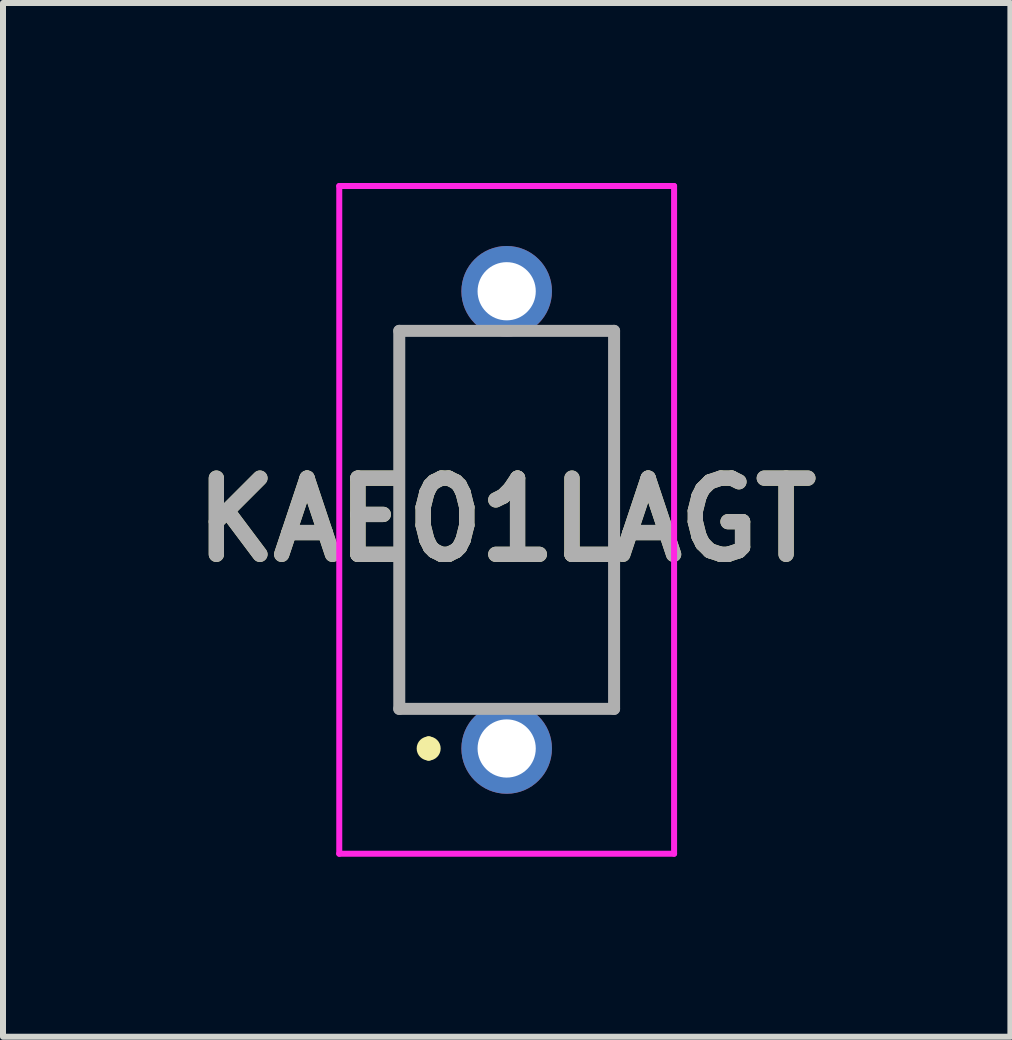
<source format=kicad_pcb>
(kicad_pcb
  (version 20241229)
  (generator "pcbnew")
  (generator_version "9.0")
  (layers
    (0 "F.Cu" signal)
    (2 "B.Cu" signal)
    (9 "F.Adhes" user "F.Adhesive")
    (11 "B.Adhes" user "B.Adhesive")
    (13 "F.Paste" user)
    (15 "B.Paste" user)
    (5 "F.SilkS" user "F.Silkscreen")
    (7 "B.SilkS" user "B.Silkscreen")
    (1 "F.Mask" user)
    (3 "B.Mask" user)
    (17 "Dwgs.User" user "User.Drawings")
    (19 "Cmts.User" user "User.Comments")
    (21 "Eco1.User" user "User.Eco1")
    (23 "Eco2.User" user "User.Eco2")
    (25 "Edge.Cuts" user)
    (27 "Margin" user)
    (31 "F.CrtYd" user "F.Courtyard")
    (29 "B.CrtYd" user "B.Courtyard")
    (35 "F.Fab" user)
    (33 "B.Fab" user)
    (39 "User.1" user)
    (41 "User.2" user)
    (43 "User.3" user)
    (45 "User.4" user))
  (footprint "KAE01LAGT"
    (layer "F.Cu")
    (at 5.394 9.424)
    (property "Reference" "KAE01LAGT" (at 0 -3.81 0) (layer "F.SilkS") (effects (font (size 1.27 1.27) (thickness 0.254))))
    (attr through_hole)
    (fp_line (start -1.79 -6.96) (end -1.79 -0.66) (stroke (width 0.1) (type solid)) (layer "F.SilkS"))
    (fp_line (start -1.79 -0.66) (end -1.5 -0.66) (stroke (width 0.1) (type solid)) (layer "F.SilkS"))
    (fp_line (start -1.5 -6.96) (end -1.79 -6.96) (stroke (width 0.1) (type solid)) (layer "F.SilkS"))
    (fp_line (start -1.3 -0.1) (end -1.3 -0.1) (stroke (width 0.2) (type solid)) (layer "F.SilkS"))
    (fp_line (start -1.3 0.1) (end -1.3 0.1) (stroke (width 0.2) (type solid)) (layer "F.SilkS"))
    (fp_line (start 1.5 -6.96) (end 1.79 -6.96) (stroke (width 0.1) (type solid)) (layer "F.SilkS"))
    (fp_line (start 1.79 -6.96) (end 1.79 -0.66) (stroke (width 0.1) (type solid)) (layer "F.SilkS"))
    (fp_line (start 1.79 -0.66) (end 1.5 -0.66) (stroke (width 0.1) (type solid)) (layer "F.SilkS"))
    (fp_arc (start -1.3 -0.1) (mid -1.2 0) (end -1.3 0.1) (stroke (width 0.2) (type solid)) (layer "F.SilkS"))
    (fp_arc (start -1.3 0.1) (mid -1.4 0) (end -1.3 -0.1) (stroke (width 0.2) (type solid)) (layer "F.SilkS"))
    (fp_line (start -2.79 -9.374) (end 2.79 -9.374) (stroke (width 0.1) (type solid)) (layer "F.CrtYd"))
    (fp_line (start -2.79 1.754) (end -2.79 -9.374) (stroke (width 0.1) (type solid)) (layer "F.CrtYd"))
    (fp_line (start 2.79 -9.374) (end 2.79 1.754) (stroke (width 0.1) (type solid)) (layer "F.CrtYd"))
    (fp_line (start 2.79 1.754) (end -2.79 1.754) (stroke (width 0.1) (type solid)) (layer "F.CrtYd"))
    (fp_line (start -1.79 -6.96) (end -1.79 -0.66) (stroke (width 0.2) (type solid)) (layer "F.Fab"))
    (fp_line (start -1.79 -0.66) (end 1.79 -0.66) (stroke (width 0.2) (type solid)) (layer "F.Fab"))
    (fp_line (start 1.79 -6.96) (end -1.79 -6.96) (stroke (width 0.2) (type solid)) (layer "F.Fab"))
    (fp_line (start 1.79 -0.66) (end 1.79 -6.96) (stroke (width 0.2) (type solid)) (layer "F.Fab"))
    (fp_text user "${REFERENCE}" (at 0 -3.81 0) (layer "F.Fab") (effects (font (size 1.27 1.27) (thickness 0.254))))
    (pad "1" thru_hole circle (at 0 0) (size 1.509 1.509) (drill 0.97) (layers "*.Cu" "*.Mask"))
    (pad "2" thru_hole circle (at 0 -7.62) (size 1.509 1.509) (drill 0.97) (layers "*.Cu" "*.Mask")))
  (gr_rect
    (start -3 -3)
    (end 13.789 14.228)
    (stroke (width 0.1) (type default))
    (fill no)
    (layer "Edge.Cuts")))
</source>
